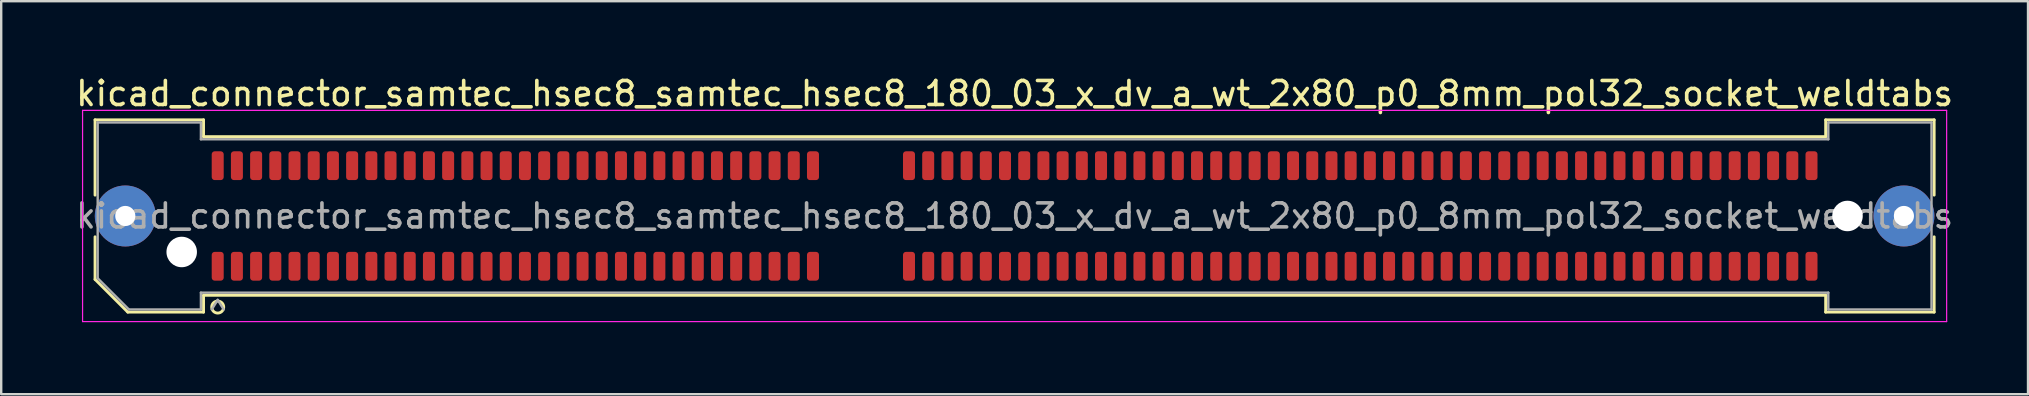
<source format=kicad_pcb>
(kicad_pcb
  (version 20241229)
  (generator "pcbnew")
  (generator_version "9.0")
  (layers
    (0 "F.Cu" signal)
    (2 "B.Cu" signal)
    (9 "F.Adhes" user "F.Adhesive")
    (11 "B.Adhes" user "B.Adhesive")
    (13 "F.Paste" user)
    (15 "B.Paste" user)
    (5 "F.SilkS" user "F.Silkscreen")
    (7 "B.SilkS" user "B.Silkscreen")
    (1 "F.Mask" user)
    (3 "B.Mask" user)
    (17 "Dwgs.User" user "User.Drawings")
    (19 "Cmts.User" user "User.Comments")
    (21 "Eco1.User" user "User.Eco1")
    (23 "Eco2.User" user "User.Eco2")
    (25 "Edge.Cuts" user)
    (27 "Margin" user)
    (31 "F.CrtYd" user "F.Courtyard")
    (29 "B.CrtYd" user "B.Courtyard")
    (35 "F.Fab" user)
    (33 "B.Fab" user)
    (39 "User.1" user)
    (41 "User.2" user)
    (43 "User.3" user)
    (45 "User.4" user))
  (footprint "kicad_connector_samtec_hsec8_samtec_hsec8_180_03_x_dv_a_wt_2x80_p0_8mm_pol32_socket_weldtabs"
    (layer "F.Cu")
    (at 39.22 5.948)
    (property "Reference" "kicad_connector_samtec_hsec8_samtec_hsec8_180_03_x_dv_a_wt_2x80_p0_8mm_pol32_socket_weldtabs" (at 0 -5.1 0) (layer "F.SilkS") (effects (font (size 1 1) (thickness 0.15))))
    (attr smd)
    (fp_line (start -38.31 -4.005) (end -33.79 -4.005) (stroke (width 0.12) (type solid)) (layer "F.SilkS"))
    (fp_line (start -38.31 -0.868) (end -38.31 -4.005) (stroke (width 0.12) (type solid)) (layer "F.SilkS"))
    (fp_line (start -38.31 2.641) (end -38.31 0.868) (stroke (width 0.12) (type solid)) (layer "F.SilkS"))
    (fp_line (start -36.946 4.005) (end -38.31 2.641) (stroke (width 0.12) (type solid)) (layer "F.SilkS"))
    (fp_line (start -33.79 -4.005) (end -33.79 -3.305) (stroke (width 0.12) (type solid)) (layer "F.SilkS"))
    (fp_line (start -33.79 -3.305) (end 33.79 -3.305) (stroke (width 0.12) (type solid)) (layer "F.SilkS"))
    (fp_line (start -33.79 3.305) (end -33.79 4.005) (stroke (width 0.12) (type solid)) (layer "F.SilkS"))
    (fp_line (start -33.79 4.005) (end -36.946 4.005) (stroke (width 0.12) (type solid)) (layer "F.SilkS"))
    (fp_line (start 33.79 -4.005) (end 38.31 -4.005) (stroke (width 0.12) (type solid)) (layer "F.SilkS"))
    (fp_line (start 33.79 -3.305) (end 33.79 -4.005) (stroke (width 0.12) (type solid)) (layer "F.SilkS"))
    (fp_line (start 33.79 3.305) (end -33.79 3.305) (stroke (width 0.12) (type solid)) (layer "F.SilkS"))
    (fp_line (start 33.79 4.005) (end 33.79 3.305) (stroke (width 0.12) (type solid)) (layer "F.SilkS"))
    (fp_line (start 38.31 -4.005) (end 38.31 -0.868) (stroke (width 0.12) (type solid)) (layer "F.SilkS"))
    (fp_line (start 38.31 0.868) (end 38.31 4.005) (stroke (width 0.12) (type solid)) (layer "F.SilkS"))
    (fp_line (start 38.31 4.005) (end 33.79 4.005) (stroke (width 0.12) (type solid)) (layer "F.SilkS"))
    (fp_arc (start -32.95 3.795) (mid -33.45 3.795) (end -32.95 3.795) (stroke (width 0.12) (type solid)) (layer "F.SilkS"))
    (fp_line (start -38.83 -4.4) (end -38.83 4.4) (stroke (width 0.05) (type solid)) (layer "F.CrtYd"))
    (fp_line (start -38.83 4.4) (end 38.83 4.4) (stroke (width 0.05) (type solid)) (layer "F.CrtYd"))
    (fp_line (start 38.83 -4.4) (end -38.83 -4.4) (stroke (width 0.05) (type solid)) (layer "F.CrtYd"))
    (fp_line (start 38.83 4.4) (end 38.83 -4.4) (stroke (width 0.05) (type solid)) (layer "F.CrtYd"))
    (fp_line (start -38.2 -3.895) (end -33.9 -3.895) (stroke (width 0.1) (type solid)) (layer "F.Fab"))
    (fp_line (start -38.2 2.595) (end -38.2 -3.895) (stroke (width 0.1) (type solid)) (layer "F.Fab"))
    (fp_line (start -36.9 3.895) (end -38.2 2.595) (stroke (width 0.1) (type solid)) (layer "F.Fab"))
    (fp_line (start -33.9 -3.895) (end -33.9 -3.195) (stroke (width 0.1) (type solid)) (layer "F.Fab"))
    (fp_line (start -33.9 -3.195) (end 33.9 -3.195) (stroke (width 0.1) (type solid)) (layer "F.Fab"))
    (fp_line (start -33.9 3.195) (end -33.9 3.895) (stroke (width 0.1) (type solid)) (layer "F.Fab"))
    (fp_line (start -33.9 3.895) (end -36.9 3.895) (stroke (width 0.1) (type solid)) (layer "F.Fab"))
    (fp_line (start -33.2 3.495) (end -33.45 3.895) (stroke (width 0.1) (type solid)) (layer "F.Fab"))
    (fp_line (start -33.2 3.495) (end -32.95 3.895) (stroke (width 0.1) (type solid)) (layer "F.Fab"))
    (fp_line (start 33.9 -3.895) (end 38.2 -3.895) (stroke (width 0.1) (type solid)) (layer "F.Fab"))
    (fp_line (start 33.9 -3.195) (end 33.9 -3.895) (stroke (width 0.1) (type solid)) (layer "F.Fab"))
    (fp_line (start 33.9 3.195) (end -33.9 3.195) (stroke (width 0.1) (type solid)) (layer "F.Fab"))
    (fp_line (start 33.9 3.895) (end 33.9 3.195) (stroke (width 0.1) (type solid)) (layer "F.Fab"))
    (fp_line (start 38.2 -3.895) (end 38.2 3.895) (stroke (width 0.1) (type solid)) (layer "F.Fab"))
    (fp_line (start 38.2 3.895) (end 33.9 3.895) (stroke (width 0.1) (type solid)) (layer "F.Fab"))
    (fp_text user "${REFERENCE}" (at 0 0 0) (layer "F.Fab") (effects (font (size 1 1) (thickness 0.15))))
    (pad "" thru_hole circle (at -37.05 0) (size 2.54 2.54) (drill 0.84) (layers "*.Cu" "*.Mask" "F.Paste"))
    (pad "" np_thru_hole circle (at -34.7 1.5) (size 1.27 1.27) (drill 1.27) (layers "*.Cu" "*.Mask"))
    (pad "" np_thru_hole circle (at 34.7 0) (size 1.27 1.27) (drill 1.27) (layers "*.Cu" "*.Mask"))
    (pad "" thru_hole circle (at 37.05 0) (size 2.54 2.54) (drill 0.84) (layers "*.Cu" "*.Mask" "F.Paste"))
    (pad "1" smd roundrect (at -33.2 2.095) (size 0.5 1.2) (layers "F.Cu" "F.Mask" "F.Paste") (roundrect_rratio 0.25))
    (pad "2" smd roundrect (at -33.2 -2.095) (size 0.5 1.2) (layers "F.Cu" "F.Mask" "F.Paste") (roundrect_rratio 0.25))
    (pad "3" smd roundrect (at -32.4 2.095) (size 0.5 1.2) (layers "F.Cu" "F.Mask" "F.Paste") (roundrect_rratio 0.25))
    (pad "4" smd roundrect (at -32.4 -2.095) (size 0.5 1.2) (layers "F.Cu" "F.Mask" "F.Paste") (roundrect_rratio 0.25))
    (pad "5" smd roundrect (at -31.6 2.095) (size 0.5 1.2) (layers "F.Cu" "F.Mask" "F.Paste") (roundrect_rratio 0.25))
    (pad "6" smd roundrect (at -31.6 -2.095) (size 0.5 1.2) (layers "F.Cu" "F.Mask" "F.Paste") (roundrect_rratio 0.25))
    (pad "7" smd roundrect (at -30.8 2.095) (size 0.5 1.2) (layers "F.Cu" "F.Mask" "F.Paste") (roundrect_rratio 0.25))
    (pad "8" smd roundrect (at -30.8 -2.095) (size 0.5 1.2) (layers "F.Cu" "F.Mask" "F.Paste") (roundrect_rratio 0.25))
    (pad "9" smd roundrect (at -30 2.095) (size 0.5 1.2) (layers "F.Cu" "F.Mask" "F.Paste") (roundrect_rratio 0.25))
    (pad "10" smd roundrect (at -30 -2.095) (size 0.5 1.2) (layers "F.Cu" "F.Mask" "F.Paste") (roundrect_rratio 0.25))
    (pad "11" smd roundrect (at -29.2 2.095) (size 0.5 1.2) (layers "F.Cu" "F.Mask" "F.Paste") (roundrect_rratio 0.25))
    (pad "12" smd roundrect (at -29.2 -2.095) (size 0.5 1.2) (layers "F.Cu" "F.Mask" "F.Paste") (roundrect_rratio 0.25))
    (pad "13" smd roundrect (at -28.4 2.095) (size 0.5 1.2) (layers "F.Cu" "F.Mask" "F.Paste") (roundrect_rratio 0.25))
    (pad "14" smd roundrect (at -28.4 -2.095) (size 0.5 1.2) (layers "F.Cu" "F.Mask" "F.Paste") (roundrect_rratio 0.25))
    (pad "15" smd roundrect (at -27.6 2.095) (size 0.5 1.2) (layers "F.Cu" "F.Mask" "F.Paste") (roundrect_rratio 0.25))
    (pad "16" smd roundrect (at -27.6 -2.095) (size 0.5 1.2) (layers "F.Cu" "F.Mask" "F.Paste") (roundrect_rratio 0.25))
    (pad "17" smd roundrect (at -26.8 2.095) (size 0.5 1.2) (layers "F.Cu" "F.Mask" "F.Paste") (roundrect_rratio 0.25))
    (pad "18" smd roundrect (at -26.8 -2.095) (size 0.5 1.2) (layers "F.Cu" "F.Mask" "F.Paste") (roundrect_rratio 0.25))
    (pad "19" smd roundrect (at -26 2.095) (size 0.5 1.2) (layers "F.Cu" "F.Mask" "F.Paste") (roundrect_rratio 0.25))
    (pad "20" smd roundrect (at -26 -2.095) (size 0.5 1.2) (layers "F.Cu" "F.Mask" "F.Paste") (roundrect_rratio 0.25))
    (pad "21" smd roundrect (at -25.2 2.095) (size 0.5 1.2) (layers "F.Cu" "F.Mask" "F.Paste") (roundrect_rratio 0.25))
    (pad "22" smd roundrect (at -25.2 -2.095) (size 0.5 1.2) (layers "F.Cu" "F.Mask" "F.Paste") (roundrect_rratio 0.25))
    (pad "23" smd roundrect (at -24.4 2.095) (size 0.5 1.2) (layers "F.Cu" "F.Mask" "F.Paste") (roundrect_rratio 0.25))
    (pad "24" smd roundrect (at -24.4 -2.095) (size 0.5 1.2) (layers "F.Cu" "F.Mask" "F.Paste") (roundrect_rratio 0.25))
    (pad "25" smd roundrect (at -23.6 2.095) (size 0.5 1.2) (layers "F.Cu" "F.Mask" "F.Paste") (roundrect_rratio 0.25))
    (pad "26" smd roundrect (at -23.6 -2.095) (size 0.5 1.2) (layers "F.Cu" "F.Mask" "F.Paste") (roundrect_rratio 0.25))
    (pad "27" smd roundrect (at -22.8 2.095) (size 0.5 1.2) (layers "F.Cu" "F.Mask" "F.Paste") (roundrect_rratio 0.25))
    (pad "28" smd roundrect (at -22.8 -2.095) (size 0.5 1.2) (layers "F.Cu" "F.Mask" "F.Paste") (roundrect_rratio 0.25))
    (pad "29" smd roundrect (at -22 2.095) (size 0.5 1.2) (layers "F.Cu" "F.Mask" "F.Paste") (roundrect_rratio 0.25))
    (pad "30" smd roundrect (at -22 -2.095) (size 0.5 1.2) (layers "F.Cu" "F.Mask" "F.Paste") (roundrect_rratio 0.25))
    (pad "31" smd roundrect (at -21.2 2.095) (size 0.5 1.2) (layers "F.Cu" "F.Mask" "F.Paste") (roundrect_rratio 0.25))
    (pad "32" smd roundrect (at -21.2 -2.095) (size 0.5 1.2) (layers "F.Cu" "F.Mask" "F.Paste") (roundrect_rratio 0.25))
    (pad "33" smd roundrect (at -20.4 2.095) (size 0.5 1.2) (layers "F.Cu" "F.Mask" "F.Paste") (roundrect_rratio 0.25))
    (pad "34" smd roundrect (at -20.4 -2.095) (size 0.5 1.2) (layers "F.Cu" "F.Mask" "F.Paste") (roundrect_rratio 0.25))
    (pad "35" smd roundrect (at -19.6 2.095) (size 0.5 1.2) (layers "F.Cu" "F.Mask" "F.Paste") (roundrect_rratio 0.25))
    (pad "36" smd roundrect (at -19.6 -2.095) (size 0.5 1.2) (layers "F.Cu" "F.Mask" "F.Paste") (roundrect_rratio 0.25))
    (pad "37" smd roundrect (at -18.8 2.095) (size 0.5 1.2) (layers "F.Cu" "F.Mask" "F.Paste") (roundrect_rratio 0.25))
    (pad "38" smd roundrect (at -18.8 -2.095) (size 0.5 1.2) (layers "F.Cu" "F.Mask" "F.Paste") (roundrect_rratio 0.25))
    (pad "39" smd roundrect (at -18 2.095) (size 0.5 1.2) (layers "F.Cu" "F.Mask" "F.Paste") (roundrect_rratio 0.25))
    (pad "40" smd roundrect (at -18 -2.095) (size 0.5 1.2) (layers "F.Cu" "F.Mask" "F.Paste") (roundrect_rratio 0.25))
    (pad "41" smd roundrect (at -17.2 2.095) (size 0.5 1.2) (layers "F.Cu" "F.Mask" "F.Paste") (roundrect_rratio 0.25))
    (pad "42" smd roundrect (at -17.2 -2.095) (size 0.5 1.2) (layers "F.Cu" "F.Mask" "F.Paste") (roundrect_rratio 0.25))
    (pad "43" smd roundrect (at -16.4 2.095) (size 0.5 1.2) (layers "F.Cu" "F.Mask" "F.Paste") (roundrect_rratio 0.25))
    (pad "44" smd roundrect (at -16.4 -2.095) (size 0.5 1.2) (layers "F.Cu" "F.Mask" "F.Paste") (roundrect_rratio 0.25))
    (pad "45" smd roundrect (at -15.6 2.095) (size 0.5 1.2) (layers "F.Cu" "F.Mask" "F.Paste") (roundrect_rratio 0.25))
    (pad "46" smd roundrect (at -15.6 -2.095) (size 0.5 1.2) (layers "F.Cu" "F.Mask" "F.Paste") (roundrect_rratio 0.25))
    (pad "47" smd roundrect (at -14.8 2.095) (size 0.5 1.2) (layers "F.Cu" "F.Mask" "F.Paste") (roundrect_rratio 0.25))
    (pad "48" smd roundrect (at -14.8 -2.095) (size 0.5 1.2) (layers "F.Cu" "F.Mask" "F.Paste") (roundrect_rratio 0.25))
    (pad "49" smd roundrect (at -14 2.095) (size 0.5 1.2) (layers "F.Cu" "F.Mask" "F.Paste") (roundrect_rratio 0.25))
    (pad "50" smd roundrect (at -14 -2.095) (size 0.5 1.2) (layers "F.Cu" "F.Mask" "F.Paste") (roundrect_rratio 0.25))
    (pad "51" smd roundrect (at -13.2 2.095) (size 0.5 1.2) (layers "F.Cu" "F.Mask" "F.Paste") (roundrect_rratio 0.25))
    (pad "52" smd roundrect (at -13.2 -2.095) (size 0.5 1.2) (layers "F.Cu" "F.Mask" "F.Paste") (roundrect_rratio 0.25))
    (pad "53" smd roundrect (at -12.4 2.095) (size 0.5 1.2) (layers "F.Cu" "F.Mask" "F.Paste") (roundrect_rratio 0.25))
    (pad "54" smd roundrect (at -12.4 -2.095) (size 0.5 1.2) (layers "F.Cu" "F.Mask" "F.Paste") (roundrect_rratio 0.25))
    (pad "55" smd roundrect (at -11.6 2.095) (size 0.5 1.2) (layers "F.Cu" "F.Mask" "F.Paste") (roundrect_rratio 0.25))
    (pad "56" smd roundrect (at -11.6 -2.095) (size 0.5 1.2) (layers "F.Cu" "F.Mask" "F.Paste") (roundrect_rratio 0.25))
    (pad "57" smd roundrect (at -10.8 2.095) (size 0.5 1.2) (layers "F.Cu" "F.Mask" "F.Paste") (roundrect_rratio 0.25))
    (pad "58" smd roundrect (at -10.8 -2.095) (size 0.5 1.2) (layers "F.Cu" "F.Mask" "F.Paste") (roundrect_rratio 0.25))
    (pad "59" smd roundrect (at -10 2.095) (size 0.5 1.2) (layers "F.Cu" "F.Mask" "F.Paste") (roundrect_rratio 0.25))
    (pad "60" smd roundrect (at -10 -2.095) (size 0.5 1.2) (layers "F.Cu" "F.Mask" "F.Paste") (roundrect_rratio 0.25))
    (pad "61" smd roundrect (at -9.2 2.095) (size 0.5 1.2) (layers "F.Cu" "F.Mask" "F.Paste") (roundrect_rratio 0.25))
    (pad "62" smd roundrect (at -9.2 -2.095) (size 0.5 1.2) (layers "F.Cu" "F.Mask" "F.Paste") (roundrect_rratio 0.25))
    (pad "63" smd roundrect (at -8.4 2.095) (size 0.5 1.2) (layers "F.Cu" "F.Mask" "F.Paste") (roundrect_rratio 0.25))
    (pad "64" smd roundrect (at -8.4 -2.095) (size 0.5 1.2) (layers "F.Cu" "F.Mask" "F.Paste") (roundrect_rratio 0.25))
    (pad "65" smd roundrect (at -4.4 2.095) (size 0.5 1.2) (layers "F.Cu" "F.Mask" "F.Paste") (roundrect_rratio 0.25))
    (pad "66" smd roundrect (at -4.4 -2.095) (size 0.5 1.2) (layers "F.Cu" "F.Mask" "F.Paste") (roundrect_rratio 0.25))
    (pad "67" smd roundrect (at -3.6 2.095) (size 0.5 1.2) (layers "F.Cu" "F.Mask" "F.Paste") (roundrect_rratio 0.25))
    (pad "68" smd roundrect (at -3.6 -2.095) (size 0.5 1.2) (layers "F.Cu" "F.Mask" "F.Paste") (roundrect_rratio 0.25))
    (pad "69" smd roundrect (at -2.8 2.095) (size 0.5 1.2) (layers "F.Cu" "F.Mask" "F.Paste") (roundrect_rratio 0.25))
    (pad "70" smd roundrect (at -2.8 -2.095) (size 0.5 1.2) (layers "F.Cu" "F.Mask" "F.Paste") (roundrect_rratio 0.25))
    (pad "71" smd roundrect (at -2 2.095) (size 0.5 1.2) (layers "F.Cu" "F.Mask" "F.Paste") (roundrect_rratio 0.25))
    (pad "72" smd roundrect (at -2 -2.095) (size 0.5 1.2) (layers "F.Cu" "F.Mask" "F.Paste") (roundrect_rratio 0.25))
    (pad "73" smd roundrect (at -1.2 2.095) (size 0.5 1.2) (layers "F.Cu" "F.Mask" "F.Paste") (roundrect_rratio 0.25))
    (pad "74" smd roundrect (at -1.2 -2.095) (size 0.5 1.2) (layers "F.Cu" "F.Mask" "F.Paste") (roundrect_rratio 0.25))
    (pad "75" smd roundrect (at -0.4 2.095) (size 0.5 1.2) (layers "F.Cu" "F.Mask" "F.Paste") (roundrect_rratio 0.25))
    (pad "76" smd roundrect (at -0.4 -2.095) (size 0.5 1.2) (layers "F.Cu" "F.Mask" "F.Paste") (roundrect_rratio 0.25))
    (pad "77" smd roundrect (at 0.4 2.095) (size 0.5 1.2) (layers "F.Cu" "F.Mask" "F.Paste") (roundrect_rratio 0.25))
    (pad "78" smd roundrect (at 0.4 -2.095) (size 0.5 1.2) (layers "F.Cu" "F.Mask" "F.Paste") (roundrect_rratio 0.25))
    (pad "79" smd roundrect (at 1.2 2.095) (size 0.5 1.2) (layers "F.Cu" "F.Mask" "F.Paste") (roundrect_rratio 0.25))
    (pad "80" smd roundrect (at 1.2 -2.095) (size 0.5 1.2) (layers "F.Cu" "F.Mask" "F.Paste") (roundrect_rratio 0.25))
    (pad "81" smd roundrect (at 2 2.095) (size 0.5 1.2) (layers "F.Cu" "F.Mask" "F.Paste") (roundrect_rratio 0.25))
    (pad "82" smd roundrect (at 2 -2.095) (size 0.5 1.2) (layers "F.Cu" "F.Mask" "F.Paste") (roundrect_rratio 0.25))
    (pad "83" smd roundrect (at 2.8 2.095) (size 0.5 1.2) (layers "F.Cu" "F.Mask" "F.Paste") (roundrect_rratio 0.25))
    (pad "84" smd roundrect (at 2.8 -2.095) (size 0.5 1.2) (layers "F.Cu" "F.Mask" "F.Paste") (roundrect_rratio 0.25))
    (pad "85" smd roundrect (at 3.6 2.095) (size 0.5 1.2) (layers "F.Cu" "F.Mask" "F.Paste") (roundrect_rratio 0.25))
    (pad "86" smd roundrect (at 3.6 -2.095) (size 0.5 1.2) (layers "F.Cu" "F.Mask" "F.Paste") (roundrect_rratio 0.25))
    (pad "87" smd roundrect (at 4.4 2.095) (size 0.5 1.2) (layers "F.Cu" "F.Mask" "F.Paste") (roundrect_rratio 0.25))
    (pad "88" smd roundrect (at 4.4 -2.095) (size 0.5 1.2) (layers "F.Cu" "F.Mask" "F.Paste") (roundrect_rratio 0.25))
    (pad "89" smd roundrect (at 5.2 2.095) (size 0.5 1.2) (layers "F.Cu" "F.Mask" "F.Paste") (roundrect_rratio 0.25))
    (pad "90" smd roundrect (at 5.2 -2.095) (size 0.5 1.2) (layers "F.Cu" "F.Mask" "F.Paste") (roundrect_rratio 0.25))
    (pad "91" smd roundrect (at 6 2.095) (size 0.5 1.2) (layers "F.Cu" "F.Mask" "F.Paste") (roundrect_rratio 0.25))
    (pad "92" smd roundrect (at 6 -2.095) (size 0.5 1.2) (layers "F.Cu" "F.Mask" "F.Paste") (roundrect_rratio 0.25))
    (pad "93" smd roundrect (at 6.8 2.095) (size 0.5 1.2) (layers "F.Cu" "F.Mask" "F.Paste") (roundrect_rratio 0.25))
    (pad "94" smd roundrect (at 6.8 -2.095) (size 0.5 1.2) (layers "F.Cu" "F.Mask" "F.Paste") (roundrect_rratio 0.25))
    (pad "95" smd roundrect (at 7.6 2.095) (size 0.5 1.2) (layers "F.Cu" "F.Mask" "F.Paste") (roundrect_rratio 0.25))
    (pad "96" smd roundrect (at 7.6 -2.095) (size 0.5 1.2) (layers "F.Cu" "F.Mask" "F.Paste") (roundrect_rratio 0.25))
    (pad "97" smd roundrect (at 8.4 2.095) (size 0.5 1.2) (layers "F.Cu" "F.Mask" "F.Paste") (roundrect_rratio 0.25))
    (pad "98" smd roundrect (at 8.4 -2.095) (size 0.5 1.2) (layers "F.Cu" "F.Mask" "F.Paste") (roundrect_rratio 0.25))
    (pad "99" smd roundrect (at 9.2 2.095) (size 0.5 1.2) (layers "F.Cu" "F.Mask" "F.Paste") (roundrect_rratio 0.25))
    (pad "100" smd roundrect (at 9.2 -2.095) (size 0.5 1.2) (layers "F.Cu" "F.Mask" "F.Paste") (roundrect_rratio 0.25))
    (pad "101" smd roundrect (at 10 2.095) (size 0.5 1.2) (layers "F.Cu" "F.Mask" "F.Paste") (roundrect_rratio 0.25))
    (pad "102" smd roundrect (at 10 -2.095) (size 0.5 1.2) (layers "F.Cu" "F.Mask" "F.Paste") (roundrect_rratio 0.25))
    (pad "103" smd roundrect (at 10.8 2.095) (size 0.5 1.2) (layers "F.Cu" "F.Mask" "F.Paste") (roundrect_rratio 0.25))
    (pad "104" smd roundrect (at 10.8 -2.095) (size 0.5 1.2) (layers "F.Cu" "F.Mask" "F.Paste") (roundrect_rratio 0.25))
    (pad "105" smd roundrect (at 11.6 2.095) (size 0.5 1.2) (layers "F.Cu" "F.Mask" "F.Paste") (roundrect_rratio 0.25))
    (pad "106" smd roundrect (at 11.6 -2.095) (size 0.5 1.2) (layers "F.Cu" "F.Mask" "F.Paste") (roundrect_rratio 0.25))
    (pad "107" smd roundrect (at 12.4 2.095) (size 0.5 1.2) (layers "F.Cu" "F.Mask" "F.Paste") (roundrect_rratio 0.25))
    (pad "108" smd roundrect (at 12.4 -2.095) (size 0.5 1.2) (layers "F.Cu" "F.Mask" "F.Paste") (roundrect_rratio 0.25))
    (pad "109" smd roundrect (at 13.2 2.095) (size 0.5 1.2) (layers "F.Cu" "F.Mask" "F.Paste") (roundrect_rratio 0.25))
    (pad "110" smd roundrect (at 13.2 -2.095) (size 0.5 1.2) (layers "F.Cu" "F.Mask" "F.Paste") (roundrect_rratio 0.25))
    (pad "111" smd roundrect (at 14 2.095) (size 0.5 1.2) (layers "F.Cu" "F.Mask" "F.Paste") (roundrect_rratio 0.25))
    (pad "112" smd roundrect (at 14 -2.095) (size 0.5 1.2) (layers "F.Cu" "F.Mask" "F.Paste") (roundrect_rratio 0.25))
    (pad "113" smd roundrect (at 14.8 2.095) (size 0.5 1.2) (layers "F.Cu" "F.Mask" "F.Paste") (roundrect_rratio 0.25))
    (pad "114" smd roundrect (at 14.8 -2.095) (size 0.5 1.2) (layers "F.Cu" "F.Mask" "F.Paste") (roundrect_rratio 0.25))
    (pad "115" smd roundrect (at 15.6 2.095) (size 0.5 1.2) (layers "F.Cu" "F.Mask" "F.Paste") (roundrect_rratio 0.25))
    (pad "116" smd roundrect (at 15.6 -2.095) (size 0.5 1.2) (layers "F.Cu" "F.Mask" "F.Paste") (roundrect_rratio 0.25))
    (pad "117" smd roundrect (at 16.4 2.095) (size 0.5 1.2) (layers "F.Cu" "F.Mask" "F.Paste") (roundrect_rratio 0.25))
    (pad "118" smd roundrect (at 16.4 -2.095) (size 0.5 1.2) (layers "F.Cu" "F.Mask" "F.Paste") (roundrect_rratio 0.25))
    (pad "119" smd roundrect (at 17.2 2.095) (size 0.5 1.2) (layers "F.Cu" "F.Mask" "F.Paste") (roundrect_rratio 0.25))
    (pad "120" smd roundrect (at 17.2 -2.095) (size 0.5 1.2) (layers "F.Cu" "F.Mask" "F.Paste") (roundrect_rratio 0.25))
    (pad "121" smd roundrect (at 18 2.095) (size 0.5 1.2) (layers "F.Cu" "F.Mask" "F.Paste") (roundrect_rratio 0.25))
    (pad "122" smd roundrect (at 18 -2.095) (size 0.5 1.2) (layers "F.Cu" "F.Mask" "F.Paste") (roundrect_rratio 0.25))
    (pad "123" smd roundrect (at 18.8 2.095) (size 0.5 1.2) (layers "F.Cu" "F.Mask" "F.Paste") (roundrect_rratio 0.25))
    (pad "124" smd roundrect (at 18.8 -2.095) (size 0.5 1.2) (layers "F.Cu" "F.Mask" "F.Paste") (roundrect_rratio 0.25))
    (pad "125" smd roundrect (at 19.6 2.095) (size 0.5 1.2) (layers "F.Cu" "F.Mask" "F.Paste") (roundrect_rratio 0.25))
    (pad "126" smd roundrect (at 19.6 -2.095) (size 0.5 1.2) (layers "F.Cu" "F.Mask" "F.Paste") (roundrect_rratio 0.25))
    (pad "127" smd roundrect (at 20.4 2.095) (size 0.5 1.2) (layers "F.Cu" "F.Mask" "F.Paste") (roundrect_rratio 0.25))
    (pad "128" smd roundrect (at 20.4 -2.095) (size 0.5 1.2) (layers "F.Cu" "F.Mask" "F.Paste") (roundrect_rratio 0.25))
    (pad "129" smd roundrect (at 21.2 2.095) (size 0.5 1.2) (layers "F.Cu" "F.Mask" "F.Paste") (roundrect_rratio 0.25))
    (pad "130" smd roundrect (at 21.2 -2.095) (size 0.5 1.2) (layers "F.Cu" "F.Mask" "F.Paste") (roundrect_rratio 0.25))
    (pad "131" smd roundrect (at 22 2.095) (size 0.5 1.2) (layers "F.Cu" "F.Mask" "F.Paste") (roundrect_rratio 0.25))
    (pad "132" smd roundrect (at 22 -2.095) (size 0.5 1.2) (layers "F.Cu" "F.Mask" "F.Paste") (roundrect_rratio 0.25))
    (pad "133" smd roundrect (at 22.8 2.095) (size 0.5 1.2) (layers "F.Cu" "F.Mask" "F.Paste") (roundrect_rratio 0.25))
    (pad "134" smd roundrect (at 22.8 -2.095) (size 0.5 1.2) (layers "F.Cu" "F.Mask" "F.Paste") (roundrect_rratio 0.25))
    (pad "135" smd roundrect (at 23.6 2.095) (size 0.5 1.2) (layers "F.Cu" "F.Mask" "F.Paste") (roundrect_rratio 0.25))
    (pad "136" smd roundrect (at 23.6 -2.095) (size 0.5 1.2) (layers "F.Cu" "F.Mask" "F.Paste") (roundrect_rratio 0.25))
    (pad "137" smd roundrect (at 24.4 2.095) (size 0.5 1.2) (layers "F.Cu" "F.Mask" "F.Paste") (roundrect_rratio 0.25))
    (pad "138" smd roundrect (at 24.4 -2.095) (size 0.5 1.2) (layers "F.Cu" "F.Mask" "F.Paste") (roundrect_rratio 0.25))
    (pad "139" smd roundrect (at 25.2 2.095) (size 0.5 1.2) (layers "F.Cu" "F.Mask" "F.Paste") (roundrect_rratio 0.25))
    (pad "140" smd roundrect (at 25.2 -2.095) (size 0.5 1.2) (layers "F.Cu" "F.Mask" "F.Paste") (roundrect_rratio 0.25))
    (pad "141" smd roundrect (at 26 2.095) (size 0.5 1.2) (layers "F.Cu" "F.Mask" "F.Paste") (roundrect_rratio 0.25))
    (pad "142" smd roundrect (at 26 -2.095) (size 0.5 1.2) (layers "F.Cu" "F.Mask" "F.Paste") (roundrect_rratio 0.25))
    (pad "143" smd roundrect (at 26.8 2.095) (size 0.5 1.2) (layers "F.Cu" "F.Mask" "F.Paste") (roundrect_rratio 0.25))
    (pad "144" smd roundrect (at 26.8 -2.095) (size 0.5 1.2) (layers "F.Cu" "F.Mask" "F.Paste") (roundrect_rratio 0.25))
    (pad "145" smd roundrect (at 27.6 2.095) (size 0.5 1.2) (layers "F.Cu" "F.Mask" "F.Paste") (roundrect_rratio 0.25))
    (pad "146" smd roundrect (at 27.6 -2.095) (size 0.5 1.2) (layers "F.Cu" "F.Mask" "F.Paste") (roundrect_rratio 0.25))
    (pad "147" smd roundrect (at 28.4 2.095) (size 0.5 1.2) (layers "F.Cu" "F.Mask" "F.Paste") (roundrect_rratio 0.25))
    (pad "148" smd roundrect (at 28.4 -2.095) (size 0.5 1.2) (layers "F.Cu" "F.Mask" "F.Paste") (roundrect_rratio 0.25))
    (pad "149" smd roundrect (at 29.2 2.095) (size 0.5 1.2) (layers "F.Cu" "F.Mask" "F.Paste") (roundrect_rratio 0.25))
    (pad "150" smd roundrect (at 29.2 -2.095) (size 0.5 1.2) (layers "F.Cu" "F.Mask" "F.Paste") (roundrect_rratio 0.25))
    (pad "151" smd roundrect (at 30 2.095) (size 0.5 1.2) (layers "F.Cu" "F.Mask" "F.Paste") (roundrect_rratio 0.25))
    (pad "152" smd roundrect (at 30 -2.095) (size 0.5 1.2) (layers "F.Cu" "F.Mask" "F.Paste") (roundrect_rratio 0.25))
    (pad "153" smd roundrect (at 30.8 2.095) (size 0.5 1.2) (layers "F.Cu" "F.Mask" "F.Paste") (roundrect_rratio 0.25))
    (pad "154" smd roundrect (at 30.8 -2.095) (size 0.5 1.2) (layers "F.Cu" "F.Mask" "F.Paste") (roundrect_rratio 0.25))
    (pad "155" smd roundrect (at 31.6 2.095) (size 0.5 1.2) (layers "F.Cu" "F.Mask" "F.Paste") (roundrect_rratio 0.25))
    (pad "156" smd roundrect (at 31.6 -2.095) (size 0.5 1.2) (layers "F.Cu" "F.Mask" "F.Paste") (roundrect_rratio 0.25))
    (pad "157" smd roundrect (at 32.4 2.095) (size 0.5 1.2) (layers "F.Cu" "F.Mask" "F.Paste") (roundrect_rratio 0.25))
    (pad "158" smd roundrect (at 32.4 -2.095) (size 0.5 1.2) (layers "F.Cu" "F.Mask" "F.Paste") (roundrect_rratio 0.25))
    (pad "159" smd roundrect (at 33.2 2.095) (size 0.5 1.2) (layers "F.Cu" "F.Mask" "F.Paste") (roundrect_rratio 0.25))
    (pad "160" smd roundrect (at 33.2 -2.095) (size 0.5 1.2) (layers "F.Cu" "F.Mask" "F.Paste") (roundrect_rratio 0.25)))
  (gr_rect
    (start -3 -3)
    (end 81.44 13.373)
    (stroke (width 0.1) (type default))
    (fill no)
    (layer "Edge.Cuts")))
</source>
